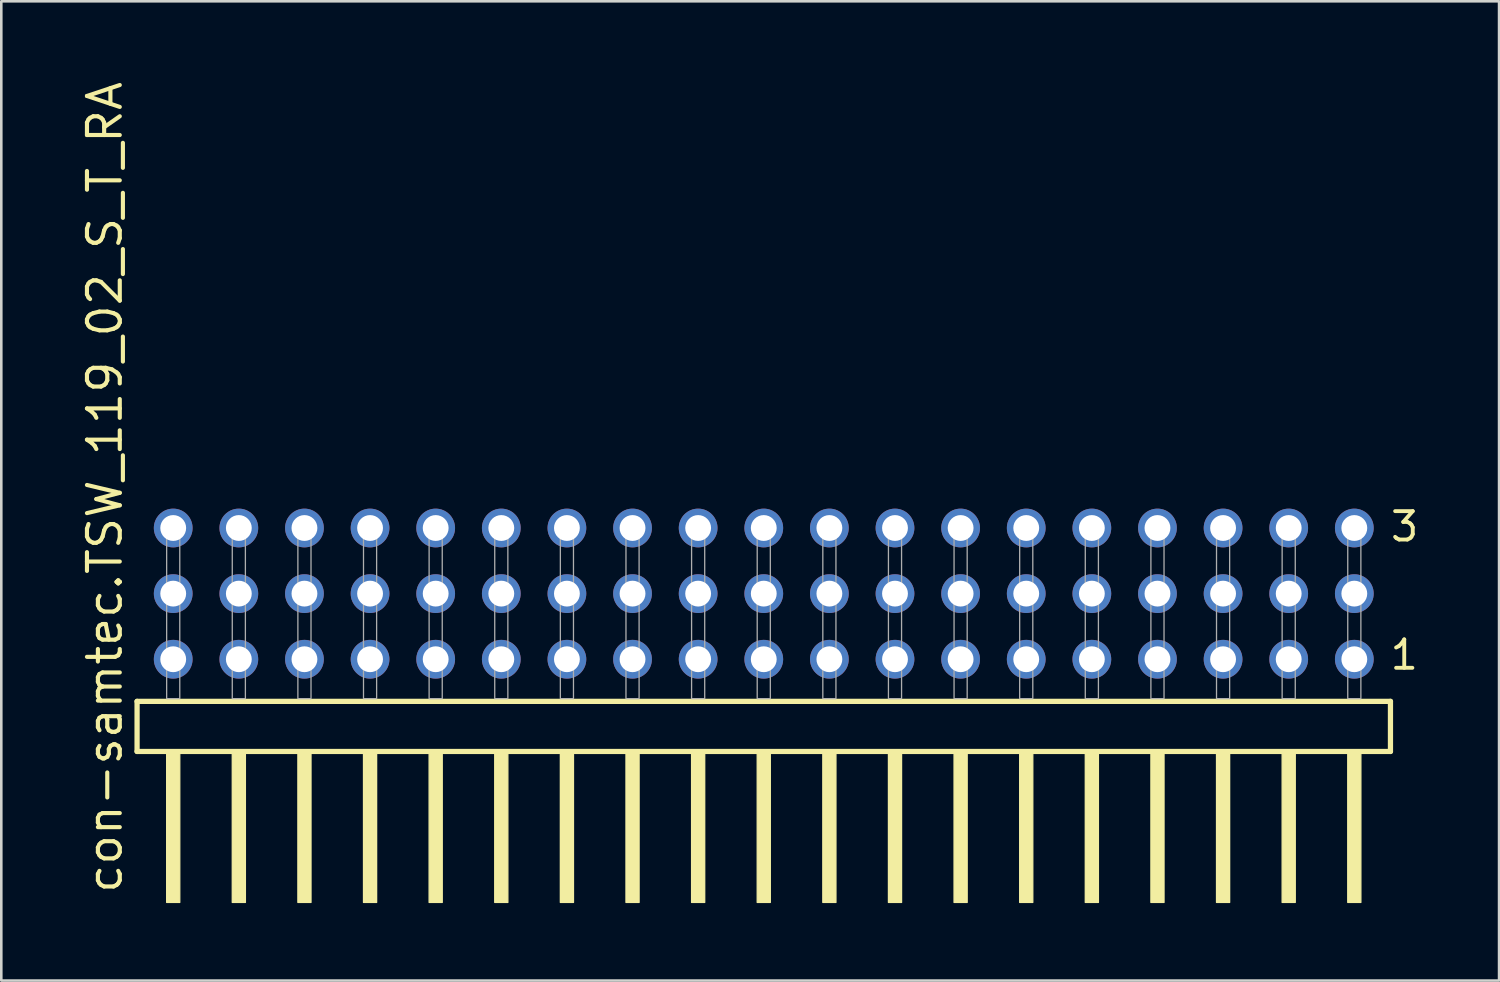
<source format=kicad_pcb>
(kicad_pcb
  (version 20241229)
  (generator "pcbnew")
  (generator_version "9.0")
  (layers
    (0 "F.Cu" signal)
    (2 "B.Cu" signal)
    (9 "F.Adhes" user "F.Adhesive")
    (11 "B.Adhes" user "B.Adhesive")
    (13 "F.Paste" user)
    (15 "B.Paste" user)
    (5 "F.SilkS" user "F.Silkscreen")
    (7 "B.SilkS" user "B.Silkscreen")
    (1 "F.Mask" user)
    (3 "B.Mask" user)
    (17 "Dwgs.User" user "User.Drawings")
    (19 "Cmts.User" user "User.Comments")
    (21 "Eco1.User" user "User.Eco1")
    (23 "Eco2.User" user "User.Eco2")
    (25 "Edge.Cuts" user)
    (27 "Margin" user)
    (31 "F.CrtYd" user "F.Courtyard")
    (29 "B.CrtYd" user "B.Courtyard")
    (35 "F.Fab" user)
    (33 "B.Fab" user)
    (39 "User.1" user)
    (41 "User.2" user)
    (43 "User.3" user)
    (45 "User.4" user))
  (footprint "con-samtec.TSW_119_02_S_T_RA"
    (layer "F.Cu")
    (at 26.515 23.993)
    (property "Reference" "con-samtec.TSW_119_02_S_T_RA" (at -24.765 7.62 90) (layer "F.SilkS") (effects (font (size 1.27 1.27) (thickness 0.16)) (justify left bottom)))
    (attr through_hole)
    (fp_line (start -24.259 0.106) (end -24.259 2.046) (stroke (width 0.203) (type default)) (layer "F.SilkS"))
    (fp_line (start -24.259 2.046) (end 24.259 2.046) (stroke (width 0.203) (type default)) (layer "F.SilkS"))
    (fp_line (start 24.259 0.106) (end -24.259 0.106) (stroke (width 0.203) (type default)) (layer "F.SilkS"))
    (fp_line (start 24.259 2.046) (end 24.259 0.106) (stroke (width 0.203) (type default)) (layer "F.SilkS"))
    (fp_rect (start -23.114 7.89) (end -22.606 2.04) (stroke (width 0.05) (type default)) (fill yes) (layer "F.SilkS"))
    (fp_rect (start -20.574 7.89) (end -20.066 2.04) (stroke (width 0.05) (type default)) (fill yes) (layer "F.SilkS"))
    (fp_rect (start -18.034 7.89) (end -17.526 2.04) (stroke (width 0.05) (type default)) (fill yes) (layer "F.SilkS"))
    (fp_rect (start -15.494 7.89) (end -14.986 2.04) (stroke (width 0.05) (type default)) (fill yes) (layer "F.SilkS"))
    (fp_rect (start -12.954 7.89) (end -12.446 2.04) (stroke (width 0.05) (type default)) (fill yes) (layer "F.SilkS"))
    (fp_rect (start -10.414 7.89) (end -9.906 2.04) (stroke (width 0.05) (type default)) (fill yes) (layer "F.SilkS"))
    (fp_rect (start -7.874 7.89) (end -7.366 2.04) (stroke (width 0.05) (type default)) (fill yes) (layer "F.SilkS"))
    (fp_rect (start -5.334 7.89) (end -4.826 2.04) (stroke (width 0.05) (type default)) (fill yes) (layer "F.SilkS"))
    (fp_rect (start -2.794 7.89) (end -2.286 2.04) (stroke (width 0.05) (type default)) (fill yes) (layer "F.SilkS"))
    (fp_rect (start -0.254 7.89) (end 0.254 2.04) (stroke (width 0.05) (type default)) (fill yes) (layer "F.SilkS"))
    (fp_rect (start 2.286 7.89) (end 2.794 2.04) (stroke (width 0.05) (type default)) (fill yes) (layer "F.SilkS"))
    (fp_rect (start 4.826 7.89) (end 5.334 2.04) (stroke (width 0.05) (type default)) (fill yes) (layer "F.SilkS"))
    (fp_rect (start 7.366 7.89) (end 7.874 2.04) (stroke (width 0.05) (type default)) (fill yes) (layer "F.SilkS"))
    (fp_rect (start 9.906 7.89) (end 10.414 2.04) (stroke (width 0.05) (type default)) (fill yes) (layer "F.SilkS"))
    (fp_rect (start 12.446 7.89) (end 12.954 2.04) (stroke (width 0.05) (type default)) (fill yes) (layer "F.SilkS"))
    (fp_rect (start 14.986 7.89) (end 15.494 2.04) (stroke (width 0.05) (type default)) (fill yes) (layer "F.SilkS"))
    (fp_rect (start 17.526 7.89) (end 18.034 2.04) (stroke (width 0.05) (type default)) (fill yes) (layer "F.SilkS"))
    (fp_rect (start 20.066 7.89) (end 20.574 2.04) (stroke (width 0.05) (type default)) (fill yes) (layer "F.SilkS"))
    (fp_rect (start 22.606 7.89) (end 23.114 2.04) (stroke (width 0.05) (type default)) (fill yes) (layer "F.SilkS"))
    (fp_rect (start -23.114 0) (end -22.606 -6.858) (stroke (width 0.05) (type default)) (fill no) (layer "F.Fab"))
    (fp_rect (start -20.574 0) (end -20.066 -6.858) (stroke (width 0.05) (type default)) (fill no) (layer "F.Fab"))
    (fp_rect (start -18.034 0) (end -17.526 -6.858) (stroke (width 0.05) (type default)) (fill no) (layer "F.Fab"))
    (fp_rect (start -15.494 0) (end -14.986 -6.858) (stroke (width 0.05) (type default)) (fill no) (layer "F.Fab"))
    (fp_rect (start -12.954 0) (end -12.446 -6.858) (stroke (width 0.05) (type default)) (fill no) (layer "F.Fab"))
    (fp_rect (start -10.414 0) (end -9.906 -6.858) (stroke (width 0.05) (type default)) (fill no) (layer "F.Fab"))
    (fp_rect (start -7.874 0) (end -7.366 -6.858) (stroke (width 0.05) (type default)) (fill no) (layer "F.Fab"))
    (fp_rect (start -5.334 0) (end -4.826 -6.858) (stroke (width 0.05) (type default)) (fill no) (layer "F.Fab"))
    (fp_rect (start -2.794 0) (end -2.286 -6.858) (stroke (width 0.05) (type default)) (fill no) (layer "F.Fab"))
    (fp_rect (start -0.254 0) (end 0.254 -6.858) (stroke (width 0.05) (type default)) (fill no) (layer "F.Fab"))
    (fp_rect (start 2.286 0) (end 2.794 -6.858) (stroke (width 0.05) (type default)) (fill no) (layer "F.Fab"))
    (fp_rect (start 4.826 0) (end 5.334 -6.858) (stroke (width 0.05) (type default)) (fill no) (layer "F.Fab"))
    (fp_rect (start 7.366 0) (end 7.874 -6.858) (stroke (width 0.05) (type default)) (fill no) (layer "F.Fab"))
    (fp_rect (start 9.906 0) (end 10.414 -6.858) (stroke (width 0.05) (type default)) (fill no) (layer "F.Fab"))
    (fp_rect (start 12.446 0) (end 12.954 -6.858) (stroke (width 0.05) (type default)) (fill no) (layer "F.Fab"))
    (fp_rect (start 14.986 0) (end 15.494 -6.858) (stroke (width 0.05) (type default)) (fill no) (layer "F.Fab"))
    (fp_rect (start 17.526 0) (end 18.034 -6.858) (stroke (width 0.05) (type default)) (fill no) (layer "F.Fab"))
    (fp_rect (start 20.066 0) (end 20.574 -6.858) (stroke (width 0.05) (type default)) (fill no) (layer "F.Fab"))
    (fp_rect (start 22.606 0) (end 23.114 -6.858) (stroke (width 0.05) (type default)) (fill no) (layer "F.Fab"))
    (fp_text user "1" (at 24.17 -1.05 0) (layer "F.SilkS") (effects (font (size 1.1 1.1) (thickness 0.15)) (justify left bottom)))
    (fp_text user "3" (at 24.185 -6.015 0) (layer "F.SilkS") (effects (font (size 1.1 1.1) (thickness 0.15)) (justify left bottom)))
    (pad "1" thru_hole circle (at 22.86 -1.524 180) (size 1.5 1.5) (drill 1) (layers "*.Cu" "*.Mask"))
    (pad "2" thru_hole circle (at 22.86 -4.064 180) (size 1.5 1.5) (drill 1) (layers "*.Cu" "*.Mask"))
    (pad "3" thru_hole circle (at 22.86 -6.604 180) (size 1.5 1.5) (drill 1) (layers "*.Cu" "*.Mask"))
    (pad "4" thru_hole circle (at 20.32 -1.524 180) (size 1.5 1.5) (drill 1) (layers "*.Cu" "*.Mask"))
    (pad "5" thru_hole circle (at 20.32 -4.064 180) (size 1.5 1.5) (drill 1) (layers "*.Cu" "*.Mask"))
    (pad "6" thru_hole circle (at 20.32 -6.604 180) (size 1.5 1.5) (drill 1) (layers "*.Cu" "*.Mask"))
    (pad "7" thru_hole circle (at 17.78 -1.524 180) (size 1.5 1.5) (drill 1) (layers "*.Cu" "*.Mask"))
    (pad "8" thru_hole circle (at 17.78 -4.064 180) (size 1.5 1.5) (drill 1) (layers "*.Cu" "*.Mask"))
    (pad "9" thru_hole circle (at 17.78 -6.604 180) (size 1.5 1.5) (drill 1) (layers "*.Cu" "*.Mask"))
    (pad "10" thru_hole circle (at 15.24 -1.524 180) (size 1.5 1.5) (drill 1) (layers "*.Cu" "*.Mask"))
    (pad "11" thru_hole circle (at 15.24 -4.064 180) (size 1.5 1.5) (drill 1) (layers "*.Cu" "*.Mask"))
    (pad "12" thru_hole circle (at 15.24 -6.604 180) (size 1.5 1.5) (drill 1) (layers "*.Cu" "*.Mask"))
    (pad "13" thru_hole circle (at 12.7 -1.524 180) (size 1.5 1.5) (drill 1) (layers "*.Cu" "*.Mask"))
    (pad "14" thru_hole circle (at 12.7 -4.064 180) (size 1.5 1.5) (drill 1) (layers "*.Cu" "*.Mask"))
    (pad "15" thru_hole circle (at 12.7 -6.604 180) (size 1.5 1.5) (drill 1) (layers "*.Cu" "*.Mask"))
    (pad "16" thru_hole circle (at 10.16 -1.524 180) (size 1.5 1.5) (drill 1) (layers "*.Cu" "*.Mask"))
    (pad "17" thru_hole circle (at 10.16 -4.064 180) (size 1.5 1.5) (drill 1) (layers "*.Cu" "*.Mask"))
    (pad "18" thru_hole circle (at 10.16 -6.604 180) (size 1.5 1.5) (drill 1) (layers "*.Cu" "*.Mask"))
    (pad "19" thru_hole circle (at 7.62 -1.524 180) (size 1.5 1.5) (drill 1) (layers "*.Cu" "*.Mask"))
    (pad "20" thru_hole circle (at 7.62 -4.064 180) (size 1.5 1.5) (drill 1) (layers "*.Cu" "*.Mask"))
    (pad "21" thru_hole circle (at 7.62 -6.604 180) (size 1.5 1.5) (drill 1) (layers "*.Cu" "*.Mask"))
    (pad "22" thru_hole circle (at 5.08 -1.524 180) (size 1.5 1.5) (drill 1) (layers "*.Cu" "*.Mask"))
    (pad "23" thru_hole circle (at 5.08 -4.064 180) (size 1.5 1.5) (drill 1) (layers "*.Cu" "*.Mask"))
    (pad "24" thru_hole circle (at 5.08 -6.604 180) (size 1.5 1.5) (drill 1) (layers "*.Cu" "*.Mask"))
    (pad "25" thru_hole circle (at 2.54 -1.524 180) (size 1.5 1.5) (drill 1) (layers "*.Cu" "*.Mask"))
    (pad "26" thru_hole circle (at 2.54 -4.064 180) (size 1.5 1.5) (drill 1) (layers "*.Cu" "*.Mask"))
    (pad "27" thru_hole circle (at 2.54 -6.604 180) (size 1.5 1.5) (drill 1) (layers "*.Cu" "*.Mask"))
    (pad "28" thru_hole circle (at 0 -1.524 180) (size 1.5 1.5) (drill 1) (layers "*.Cu" "*.Mask"))
    (pad "29" thru_hole circle (at 0 -4.064 180) (size 1.5 1.5) (drill 1) (layers "*.Cu" "*.Mask"))
    (pad "30" thru_hole circle (at 0 -6.604 180) (size 1.5 1.5) (drill 1) (layers "*.Cu" "*.Mask"))
    (pad "31" thru_hole circle (at -2.54 -1.524 180) (size 1.5 1.5) (drill 1) (layers "*.Cu" "*.Mask"))
    (pad "32" thru_hole circle (at -2.54 -4.064 180) (size 1.5 1.5) (drill 1) (layers "*.Cu" "*.Mask"))
    (pad "33" thru_hole circle (at -2.54 -6.604 180) (size 1.5 1.5) (drill 1) (layers "*.Cu" "*.Mask"))
    (pad "34" thru_hole circle (at -5.08 -1.524 180) (size 1.5 1.5) (drill 1) (layers "*.Cu" "*.Mask"))
    (pad "35" thru_hole circle (at -5.08 -4.064 180) (size 1.5 1.5) (drill 1) (layers "*.Cu" "*.Mask"))
    (pad "36" thru_hole circle (at -5.08 -6.604 180) (size 1.5 1.5) (drill 1) (layers "*.Cu" "*.Mask"))
    (pad "37" thru_hole circle (at -7.62 -1.524 180) (size 1.5 1.5) (drill 1) (layers "*.Cu" "*.Mask"))
    (pad "38" thru_hole circle (at -7.62 -4.064 180) (size 1.5 1.5) (drill 1) (layers "*.Cu" "*.Mask"))
    (pad "39" thru_hole circle (at -7.62 -6.604 180) (size 1.5 1.5) (drill 1) (layers "*.Cu" "*.Mask"))
    (pad "40" thru_hole circle (at -10.16 -1.524 180) (size 1.5 1.5) (drill 1) (layers "*.Cu" "*.Mask"))
    (pad "41" thru_hole circle (at -10.16 -4.064 180) (size 1.5 1.5) (drill 1) (layers "*.Cu" "*.Mask"))
    (pad "42" thru_hole circle (at -10.16 -6.604 180) (size 1.5 1.5) (drill 1) (layers "*.Cu" "*.Mask"))
    (pad "43" thru_hole circle (at -12.7 -1.524 180) (size 1.5 1.5) (drill 1) (layers "*.Cu" "*.Mask"))
    (pad "44" thru_hole circle (at -12.7 -4.064 180) (size 1.5 1.5) (drill 1) (layers "*.Cu" "*.Mask"))
    (pad "45" thru_hole circle (at -12.7 -6.604 180) (size 1.5 1.5) (drill 1) (layers "*.Cu" "*.Mask"))
    (pad "46" thru_hole circle (at -15.24 -1.524 180) (size 1.5 1.5) (drill 1) (layers "*.Cu" "*.Mask"))
    (pad "47" thru_hole circle (at -15.24 -4.064 180) (size 1.5 1.5) (drill 1) (layers "*.Cu" "*.Mask"))
    (pad "48" thru_hole circle (at -15.24 -6.604 180) (size 1.5 1.5) (drill 1) (layers "*.Cu" "*.Mask"))
    (pad "49" thru_hole circle (at -17.78 -1.524 180) (size 1.5 1.5) (drill 1) (layers "*.Cu" "*.Mask"))
    (pad "50" thru_hole circle (at -17.78 -4.064 180) (size 1.5 1.5) (drill 1) (layers "*.Cu" "*.Mask"))
    (pad "51" thru_hole circle (at -17.78 -6.604 180) (size 1.5 1.5) (drill 1) (layers "*.Cu" "*.Mask"))
    (pad "52" thru_hole circle (at -20.32 -1.524 180) (size 1.5 1.5) (drill 1) (layers "*.Cu" "*.Mask"))
    (pad "53" thru_hole circle (at -20.32 -4.064 180) (size 1.5 1.5) (drill 1) (layers "*.Cu" "*.Mask"))
    (pad "54" thru_hole circle (at -20.32 -6.604 180) (size 1.5 1.5) (drill 1) (layers "*.Cu" "*.Mask"))
    (pad "55" thru_hole circle (at -22.86 -1.524 180) (size 1.5 1.5) (drill 1) (layers "*.Cu" "*.Mask"))
    (pad "56" thru_hole circle (at -22.86 -4.064 180) (size 1.5 1.5) (drill 1) (layers "*.Cu" "*.Mask"))
    (pad "57" thru_hole circle (at -22.86 -6.604 180) (size 1.5 1.5) (drill 1) (layers "*.Cu" "*.Mask")))
  (gr_rect
    (start -3 -3)
    (end 54.978 34.908)
    (stroke (width 0.1) (type default))
    (fill no)
    (layer "Edge.Cuts")))
</source>
